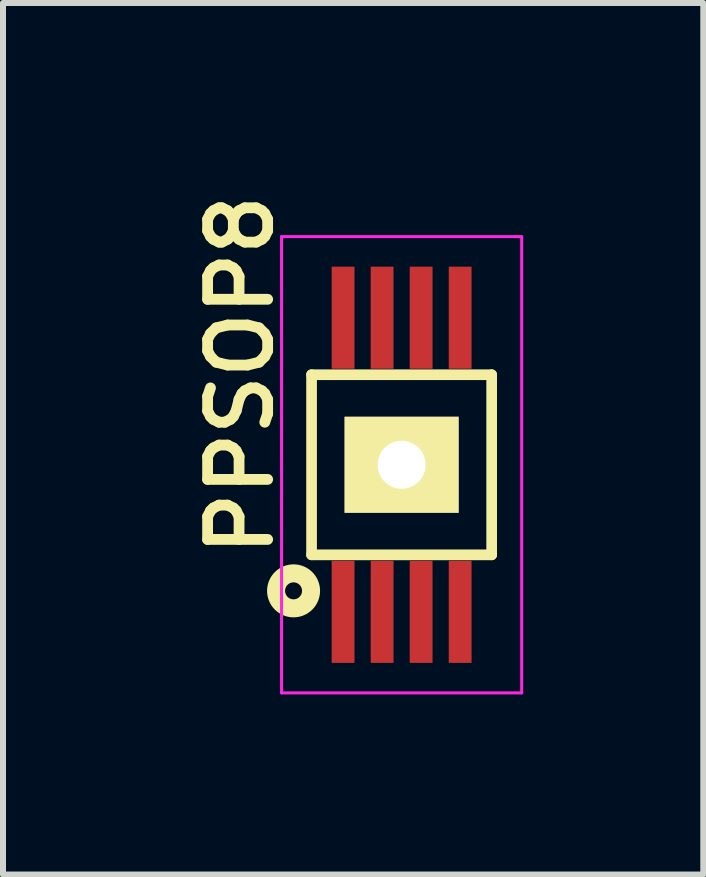
<source format=kicad_pcb>
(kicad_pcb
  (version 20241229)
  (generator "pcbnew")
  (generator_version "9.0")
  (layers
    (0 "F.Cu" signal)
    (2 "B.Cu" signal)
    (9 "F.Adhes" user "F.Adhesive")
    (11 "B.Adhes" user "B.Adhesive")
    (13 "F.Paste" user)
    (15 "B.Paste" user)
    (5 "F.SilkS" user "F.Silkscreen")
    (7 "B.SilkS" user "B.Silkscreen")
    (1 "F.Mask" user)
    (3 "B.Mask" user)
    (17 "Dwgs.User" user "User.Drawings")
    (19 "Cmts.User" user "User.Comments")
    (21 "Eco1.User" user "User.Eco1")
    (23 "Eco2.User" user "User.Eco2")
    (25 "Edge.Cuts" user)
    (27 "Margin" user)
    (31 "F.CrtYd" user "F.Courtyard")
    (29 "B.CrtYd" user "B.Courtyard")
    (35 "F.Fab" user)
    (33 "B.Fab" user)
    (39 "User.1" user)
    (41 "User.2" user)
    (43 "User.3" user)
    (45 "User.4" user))
  (footprint "PPSOP8"
    (layer "F.Cu")
    (at 3.64 4.692)
    (property "Reference" "PPSOP8" (at -2.1 1.6 90) (layer "F.SilkS") (effects (font (size 1 1) (thickness 0.18)) (justify left bottom)))
    (attr through_hole)
    (fp_line (start -1.5 -1.5) (end -1.5 1.5) (stroke (width 0.178) (type solid)) (layer "F.SilkS"))
    (fp_line (start -1.5 1.5) (end 1.5 1.5) (stroke (width 0.178) (type solid)) (layer "F.SilkS"))
    (fp_line (start 1.5 -1.5) (end -1.5 -1.5) (stroke (width 0.178) (type solid)) (layer "F.SilkS"))
    (fp_line (start 1.5 1.5) (end 1.5 -1.5) (stroke (width 0.178) (type solid)) (layer "F.SilkS"))
    (fp_circle (center -1.8 2.1) (end -1.7 2.2) (stroke (width 0.3) (type solid)) (fill no) (layer "F.SilkS"))
    (fp_line (start -2 -3.8) (end 2 -3.8) (stroke (width 0.05) (type solid)) (layer "F.CrtYd"))
    (fp_line (start -2 3.8) (end -2 -3.8) (stroke (width 0.05) (type solid)) (layer "F.CrtYd"))
    (fp_line (start 2 -3.8) (end 2 3.8) (stroke (width 0.05) (type solid)) (layer "F.CrtYd"))
    (fp_line (start 2 3.8) (end -2 3.8) (stroke (width 0.05) (type solid)) (layer "F.CrtYd"))
    (pad "1" smd rect (at -0.975 2.45 270) (size 1.7 0.38) (layers "F.Cu" "F.Mask" "F.Paste"))
    (pad "2" smd rect (at -0.325 2.45 270) (size 1.7 0.38) (layers "F.Cu" "F.Mask" "F.Paste"))
    (pad "3" smd rect (at 0.325 2.45 270) (size 1.7 0.38) (layers "F.Cu" "F.Mask" "F.Paste"))
    (pad "4" smd rect (at 0.975 2.45 270) (size 1.7 0.38) (layers "F.Cu" "F.Mask" "F.Paste"))
    (pad "5" smd rect (at 0.975 -2.45 270) (size 1.7 0.38) (layers "F.Cu" "F.Mask" "F.Paste"))
    (pad "6" smd rect (at 0.325 -2.45 270) (size 1.7 0.38) (layers "F.Cu" "F.Mask" "F.Paste"))
    (pad "7" smd rect (at -0.325 -2.45 270) (size 1.7 0.38) (layers "F.Cu" "F.Mask" "F.Paste"))
    (pad "8" smd rect (at -0.975 -2.45 270) (size 1.7 0.38) (layers "F.Cu" "F.Mask" "F.Paste"))
    (pad "EP" thru_hole rect (at 0 0) (size 1.9 1.6) (drill 0.8) (layers "*.Cu" "*.Mask" "F.SilkS")))
  (gr_rect
    (start -3 -3)
    (end 8.665 11.517)
    (stroke (width 0.1) (type default))
    (fill no)
    (layer "Edge.Cuts")))
</source>
